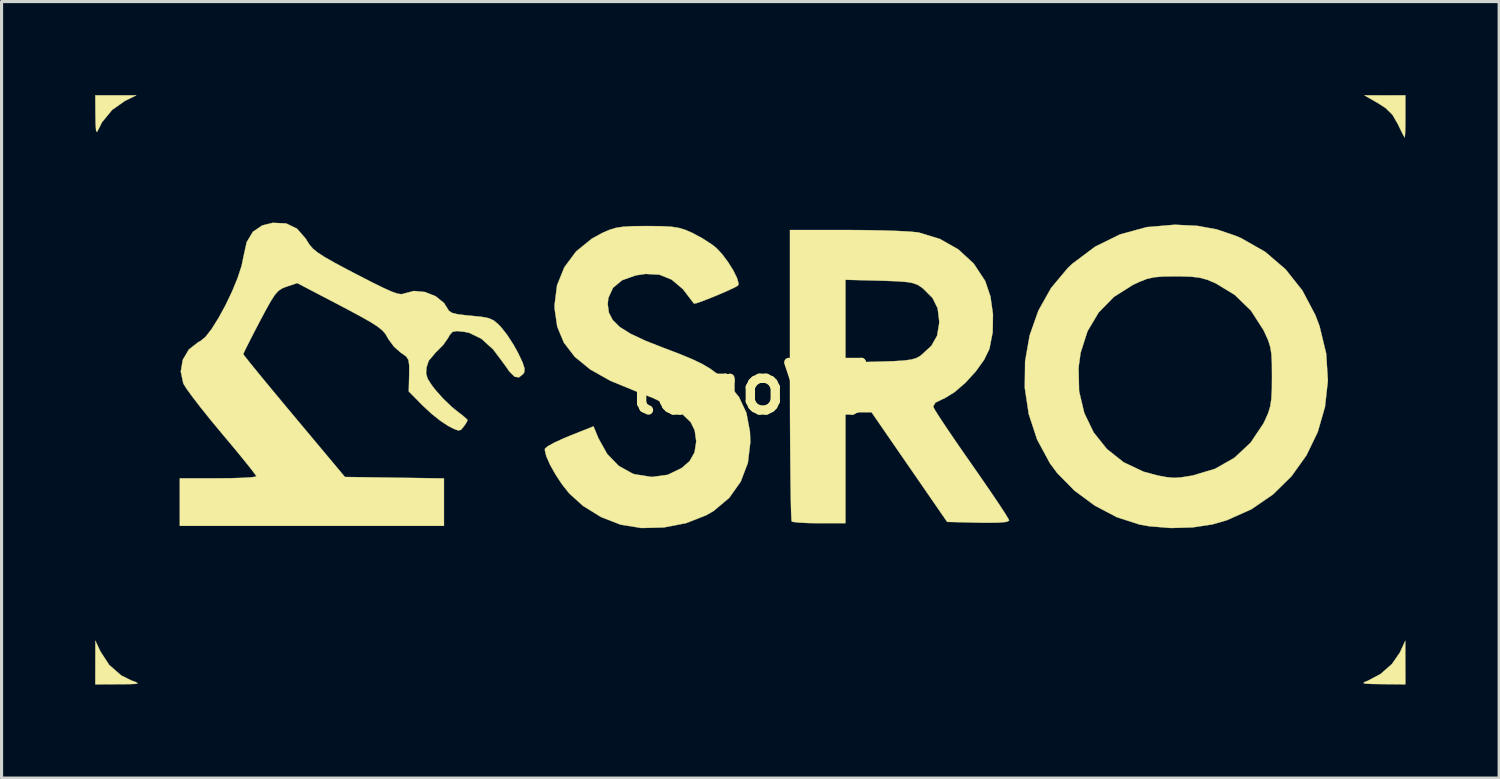
<source format=kicad_pcb>
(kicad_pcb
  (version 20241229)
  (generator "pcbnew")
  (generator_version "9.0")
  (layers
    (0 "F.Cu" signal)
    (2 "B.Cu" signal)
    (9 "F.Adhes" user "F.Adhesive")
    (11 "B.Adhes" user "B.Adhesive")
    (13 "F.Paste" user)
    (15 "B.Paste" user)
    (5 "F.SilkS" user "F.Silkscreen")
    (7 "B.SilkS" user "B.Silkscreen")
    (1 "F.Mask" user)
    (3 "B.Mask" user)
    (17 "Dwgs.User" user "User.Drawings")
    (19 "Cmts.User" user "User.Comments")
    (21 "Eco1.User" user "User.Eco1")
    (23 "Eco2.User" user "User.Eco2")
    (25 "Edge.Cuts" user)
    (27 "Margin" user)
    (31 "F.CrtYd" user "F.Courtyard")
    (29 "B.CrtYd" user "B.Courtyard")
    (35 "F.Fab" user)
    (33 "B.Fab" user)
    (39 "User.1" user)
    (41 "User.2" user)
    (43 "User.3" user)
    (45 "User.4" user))
  (footprint "logoV3"
    (layer "F.Cu")
    (at 21.002 9.403)
    (property "Reference" "logoV3" (at 0 0 0) (layer "F.SilkS") (effects (font (size 1.524 1.524) (thickness 0.3))))
    (attr through_hole)
    (fp_poly (pts (xy -20.341 -9.398) (xy -19.685 -9.398) (xy -20.049 -9.218) (xy -20.458 -8.93) (xy -20.782 -8.536) (xy -20.903 -8.295) (xy -20.945 -8.221) (xy -20.972 -8.267) (xy -20.986 -8.45) (xy -20.992 -8.742) (xy -20.997 -9.398) (xy -20.341 -9.398)) (stroke (width 0.01) (type solid)) (fill yes) (layer "F.SilkS"))
    (fp_poly (pts (xy -20.837 8.424) (xy -20.552 8.862) (xy -20.165 9.199) (xy -19.843 9.359) (xy -19.693 9.414) (xy -19.638 9.449) (xy -19.695 9.468) (xy -19.884 9.476) (xy -20.222 9.479) (xy -20.256 9.479) (xy -20.997 9.483) (xy -20.994 8.086) (xy -20.837 8.424)) (stroke (width 0.01) (type solid)) (fill yes) (layer "F.SilkS"))
    (fp_poly (pts (xy 20.995 8.784) (xy 20.997 9.483) (xy 20.256 9.476) (xy 19.911 9.471) (xy 19.715 9.461) (xy 19.651 9.441) (xy 19.698 9.406) (xy 19.792 9.37) (xy 20.203 9.151) (xy 20.566 8.832) (xy 20.821 8.464) (xy 20.835 8.435) (xy 20.994 8.086) (xy 20.995 8.784)) (stroke (width 0.01) (type solid)) (fill yes) (layer "F.SilkS"))
    (fp_poly (pts (xy 20.997 -8.721) (xy 20.995 -8.407) (xy 20.988 -8.171) (xy 20.979 -8.053) (xy 20.976 -8.047) (xy 20.932 -8.118) (xy 20.84 -8.3) (xy 20.757 -8.473) (xy 20.584 -8.772) (xy 20.362 -8.991) (xy 20.122 -9.146) (xy 19.685 -9.396) (xy 20.341 -9.397) (xy 20.997 -9.398) (xy 20.997 -8.721)) (stroke (width 0.01) (type solid)) (fill yes) (layer "F.SilkS"))
    (fp_poly (pts (xy 3.694 -5.076) (xy 4.236 -5.066) (xy 4.715 -5.05) (xy 5.099 -5.03) (xy 5.355 -5.006) (xy 5.401 -4.999) (xy 6.076 -4.793) (xy 6.669 -4.457) (xy 7.159 -4.005) (xy 7.524 -3.453) (xy 7.533 -3.433) (xy 7.697 -2.946) (xy 7.777 -2.38) (xy 7.768 -1.802) (xy 7.666 -1.281) (xy 7.659 -1.259) (xy 7.49 -0.914) (xy 7.22 -0.54) (xy 6.89 -0.18) (xy 6.54 0.121) (xy 6.213 0.321) (xy 6.154 0.344) (xy 5.933 0.453) (xy 5.864 0.568) (xy 5.868 0.598) (xy 5.925 0.703) (xy 6.066 0.926) (xy 6.278 1.245) (xy 6.546 1.64) (xy 6.857 2.091) (xy 7.101 2.439) (xy 7.431 2.914) (xy 7.727 3.345) (xy 7.975 3.713) (xy 8.161 3.997) (xy 8.271 4.178) (xy 8.297 4.233) (xy 8.213 4.276) (xy 7.961 4.299) (xy 7.542 4.304) (xy 7.303 4.3) (xy 6.309 4.276) (xy 5.097 2.519) (xy 3.885 0.762) (xy 3.048 0.762) (xy 3.048 4.318) (xy 2.215 4.318) (xy 1.855 4.313) (xy 1.561 4.298) (xy 1.373 4.277) (xy 1.326 4.262) (xy 1.316 4.169) (xy 1.306 3.922) (xy 1.297 3.537) (xy 1.289 3.029) (xy 1.282 2.415) (xy 1.276 1.709) (xy 1.272 0.926) (xy 1.27 0.084) (xy 1.27 -0.437) (xy 1.27 -0.833) (xy 3.048 -0.833) (xy 4.143 -0.861) (xy 4.608 -0.876) (xy 4.938 -0.897) (xy 5.165 -0.929) (xy 5.323 -0.976) (xy 5.446 -1.045) (xy 5.471 -1.064) (xy 5.8 -1.364) (xy 5.985 -1.688) (xy 6.052 -2.079) (xy 6.054 -2.159) (xy 6.005 -2.568) (xy 5.842 -2.899) (xy 5.54 -3.201) (xy 5.471 -3.254) (xy 5.352 -3.328) (xy 5.204 -3.38) (xy 4.995 -3.415) (xy 4.691 -3.438) (xy 4.258 -3.454) (xy 4.143 -3.457) (xy 3.048 -3.485) (xy 3.048 -0.833) (xy 1.27 -0.833) (xy 1.27 -5.08) (xy 3.121 -5.08) (xy 3.694 -5.076)) (stroke (width 0.01) (type solid)) (fill yes) (layer "F.SilkS"))
    (fp_poly (pts (xy 14.317 -5.215) (xy 14.943 -5.102) (xy 15.552 -4.896) (xy 15.74 -4.815) (xy 16.501 -4.382) (xy 17.157 -3.82) (xy 17.697 -3.139) (xy 18.113 -2.35) (xy 18.247 -1.994) (xy 18.458 -1.121) (xy 18.513 -0.254) (xy 18.42 0.59) (xy 18.188 1.394) (xy 17.827 2.141) (xy 17.346 2.814) (xy 16.753 3.397) (xy 16.059 3.872) (xy 15.271 4.224) (xy 14.812 4.356) (xy 14.18 4.452) (xy 13.476 4.472) (xy 12.781 4.415) (xy 12.469 4.359) (xy 11.747 4.125) (xy 11.039 3.753) (xy 10.389 3.273) (xy 9.838 2.713) (xy 9.603 2.397) (xy 9.192 1.635) (xy 8.924 0.821) (xy 8.797 -0.022) (xy 8.805 -0.671) (xy 10.521 -0.671) (xy 10.538 0.086) (xy 10.703 0.783) (xy 11.003 1.406) (xy 11.427 1.938) (xy 11.963 2.363) (xy 12.6 2.666) (xy 13.054 2.788) (xy 13.352 2.843) (xy 13.574 2.864) (xy 13.793 2.851) (xy 14.084 2.805) (xy 14.187 2.787) (xy 14.896 2.575) (xy 15.516 2.222) (xy 16.036 1.736) (xy 16.444 1.127) (xy 16.499 1.016) (xy 16.6 0.787) (xy 16.664 0.576) (xy 16.701 0.334) (xy 16.718 0.014) (xy 16.721 -0.382) (xy 16.718 -0.803) (xy 16.703 -1.104) (xy 16.666 -1.334) (xy 16.599 -1.544) (xy 16.491 -1.783) (xy 16.447 -1.875) (xy 16.051 -2.492) (xy 15.53 -2.999) (xy 14.916 -3.372) (xy 14.655 -3.483) (xy 14.414 -3.55) (xy 14.136 -3.584) (xy 13.762 -3.596) (xy 13.631 -3.596) (xy 13.234 -3.59) (xy 12.947 -3.566) (xy 12.709 -3.512) (xy 12.462 -3.415) (xy 12.262 -3.321) (xy 11.652 -2.935) (xy 11.165 -2.436) (xy 10.807 -1.835) (xy 10.586 -1.143) (xy 10.521 -0.671) (xy 8.805 -0.671) (xy 8.807 -0.871) (xy 8.953 -1.702) (xy 9.232 -2.494) (xy 9.641 -3.222) (xy 10.177 -3.863) (xy 10.32 -3.998) (xy 11.051 -4.546) (xy 11.847 -4.938) (xy 12.706 -5.173) (xy 13.604 -5.249) (xy 14.317 -5.215)) (stroke (width 0.01) (type solid)) (fill yes) (layer "F.SilkS"))
    (fp_poly (pts (xy -2.862 -5.203) (xy -2.544 -5.187) (xy -2.305 -5.151) (xy -2.096 -5.089) (xy -1.873 -4.993) (xy -1.859 -4.987) (xy -1.542 -4.817) (xy -1.238 -4.62) (xy -1.092 -4.506) (xy -0.904 -4.307) (xy -0.715 -4.053) (xy -0.548 -3.786) (xy -0.428 -3.543) (xy -0.377 -3.366) (xy -0.393 -3.303) (xy -0.5 -3.241) (xy -0.709 -3.142) (xy -0.98 -3.024) (xy -1.267 -2.906) (xy -1.529 -2.804) (xy -1.723 -2.736) (xy -1.807 -2.721) (xy -1.807 -2.721) (xy -2.16 -3.184) (xy -2.522 -3.49) (xy -2.915 -3.649) (xy -3.363 -3.673) (xy -3.676 -3.625) (xy -4.108 -3.472) (xy -4.402 -3.228) (xy -4.552 -2.901) (xy -4.572 -2.703) (xy -4.535 -2.432) (xy -4.411 -2.193) (xy -4.186 -1.971) (xy -3.841 -1.755) (xy -3.362 -1.53) (xy -2.829 -1.32) (xy -2.279 -1.111) (xy -1.857 -0.936) (xy -1.529 -0.778) (xy -1.263 -0.618) (xy -1.025 -0.438) (xy -0.783 -0.221) (xy -0.74 -0.18) (xy -0.366 0.27) (xy -0.127 0.781) (xy -0.013 1.382) (xy -0.000067 1.718) (xy -0.079 2.383) (xy -0.308 2.985) (xy -0.676 3.504) (xy -1.173 3.923) (xy -1.415 4.063) (xy -2.062 4.316) (xy -2.774 4.454) (xy -3.492 4.472) (xy -4.158 4.365) (xy -4.785 4.121) (xy -5.366 3.761) (xy -5.804 3.364) (xy -6.029 3.083) (xy -6.24 2.765) (xy -6.418 2.448) (xy -6.541 2.171) (xy -6.588 1.972) (xy -6.581 1.925) (xy -6.488 1.848) (xy -6.274 1.731) (xy -5.975 1.594) (xy -5.784 1.515) (xy -5.028 1.214) (xy -4.869 1.597) (xy -4.589 2.099) (xy -4.219 2.481) (xy -3.781 2.725) (xy -3.704 2.75) (xy -3.158 2.836) (xy -2.649 2.767) (xy -2.198 2.548) (xy -1.947 2.329) (xy -1.789 2.049) (xy -1.734 1.698) (xy -1.783 1.341) (xy -1.911 1.08) (xy -2.17 0.83) (xy -2.578 0.569) (xy -3.114 0.307) (xy -3.683 0.083) (xy -4.489 -0.248) (xy -5.134 -0.612) (xy -5.628 -1.016) (xy -5.977 -1.47) (xy -6.19 -1.982) (xy -6.274 -2.559) (xy -6.276 -2.672) (xy -6.196 -3.308) (xy -5.962 -3.887) (xy -5.587 -4.391) (xy -5.082 -4.802) (xy -4.749 -4.985) (xy -4.522 -5.084) (xy -4.314 -5.148) (xy -4.078 -5.185) (xy -3.768 -5.203) (xy -3.338 -5.207) (xy -3.302 -5.207) (xy -2.862 -5.203)) (stroke (width 0.01) (type solid)) (fill yes) (layer "F.SilkS"))
    (fp_poly (pts (xy -14.88 -5.291) (xy -14.532 -5.123) (xy -14.251 -4.802) (xy -14.21 -4.733) (xy -14.125 -4.6) (xy -14.018 -4.479) (xy -13.866 -4.355) (xy -13.644 -4.212) (xy -13.33 -4.033) (xy -12.899 -3.803) (xy -12.64 -3.668) (xy -12.138 -3.409) (xy -11.762 -3.224) (xy -11.492 -3.103) (xy -11.305 -3.039) (xy -11.181 -3.022) (xy -11.101 -3.043) (xy -10.785 -3.126) (xy -10.43 -3.092) (xy -10.091 -2.959) (xy -9.824 -2.745) (xy -9.726 -2.593) (xy -9.662 -2.49) (xy -9.558 -2.422) (xy -9.374 -2.378) (xy -9.073 -2.342) (xy -8.955 -2.332) (xy -8.61 -2.297) (xy -8.383 -2.253) (xy -8.223 -2.18) (xy -8.08 -2.059) (xy -7.988 -1.962) (xy -7.794 -1.716) (xy -7.585 -1.392) (xy -7.437 -1.123) (xy -7.299 -0.829) (xy -7.239 -0.642) (xy -7.246 -0.523) (xy -7.281 -0.467) (xy -7.417 -0.357) (xy -7.557 -0.378) (xy -7.721 -0.54) (xy -7.861 -0.741) (xy -8.24 -1.249) (xy -8.621 -1.595) (xy -9.012 -1.784) (xy -9.161 -1.815) (xy -9.406 -1.842) (xy -9.544 -1.817) (xy -9.635 -1.718) (xy -9.688 -1.621) (xy -9.847 -1.394) (xy -10.059 -1.181) (xy -10.076 -1.167) (xy -10.31 -0.889) (xy -10.382 -0.67) (xy -10.394 -0.483) (xy -10.345 -0.314) (xy -10.213 -0.107) (xy -10.095 0.046) (xy -9.848 0.324) (xy -9.573 0.588) (xy -9.412 0.72) (xy -9.214 0.872) (xy -9.088 0.983) (xy -9.064 1.016) (xy -9.11 1.108) (xy -9.192 1.226) (xy -9.274 1.323) (xy -9.359 1.347) (xy -9.498 1.296) (xy -9.683 1.201) (xy -9.931 1.039) (xy -10.226 0.803) (xy -10.498 0.551) (xy -10.949 0.094) (xy -10.936 -0.44) (xy -10.934 -0.734) (xy -10.958 -0.911) (xy -11.028 -1.023) (xy -11.164 -1.122) (xy -11.198 -1.143) (xy -11.419 -1.336) (xy -11.606 -1.588) (xy -11.627 -1.628) (xy -11.697 -1.75) (xy -11.796 -1.863) (xy -11.946 -1.984) (xy -12.17 -2.128) (xy -12.49 -2.309) (xy -12.93 -2.545) (xy -13.153 -2.662) (xy -14.525 -3.379) (xy -14.862 -3.267) (xy -15.003 -3.212) (xy -15.121 -3.135) (xy -15.236 -3.009) (xy -15.367 -2.808) (xy -15.537 -2.506) (xy -15.726 -2.149) (xy -15.921 -1.776) (xy -16.083 -1.459) (xy -16.198 -1.227) (xy -16.252 -1.109) (xy -16.255 -1.101) (xy -16.202 -1.028) (xy -16.054 -0.841) (xy -15.824 -0.558) (xy -15.525 -0.193) (xy -15.17 0.235) (xy -14.773 0.712) (xy -14.625 0.889) (xy -12.996 2.836) (xy -9.821 2.882) (xy -9.821 4.403) (xy -18.288 4.403) (xy -18.288 2.879) (xy -17.06 2.879) (xy -16.626 2.875) (xy -16.26 2.863) (xy -15.991 2.846) (xy -15.848 2.825) (xy -15.834 2.815) (xy -15.886 2.734) (xy -16.032 2.544) (xy -16.255 2.267) (xy -16.539 1.921) (xy -16.867 1.529) (xy -16.942 1.439) (xy -17.289 1.022) (xy -17.604 0.629) (xy -17.869 0.286) (xy -18.064 0.019) (xy -18.17 -0.149) (xy -18.176 -0.162) (xy -18.257 -0.543) (xy -18.193 -0.92) (xy -17.999 -1.249) (xy -17.695 -1.487) (xy -17.635 -1.515) (xy -17.47 -1.648) (xy -17.268 -1.907) (xy -17.047 -2.26) (xy -16.822 -2.672) (xy -16.613 -3.11) (xy -16.436 -3.54) (xy -16.308 -3.928) (xy -16.248 -4.222) (xy -16.145 -4.69) (xy -15.946 -5.023) (xy -15.642 -5.229) (xy -15.307 -5.31) (xy -14.88 -5.291)) (stroke (width 0.01) (type solid)) (fill yes) (layer "F.SilkS")))
  (gr_rect
    (start -3 -3)
    (end 45.005 21.891)
    (stroke (width 0.1) (type default))
    (fill no)
    (layer "Edge.Cuts")))
</source>
